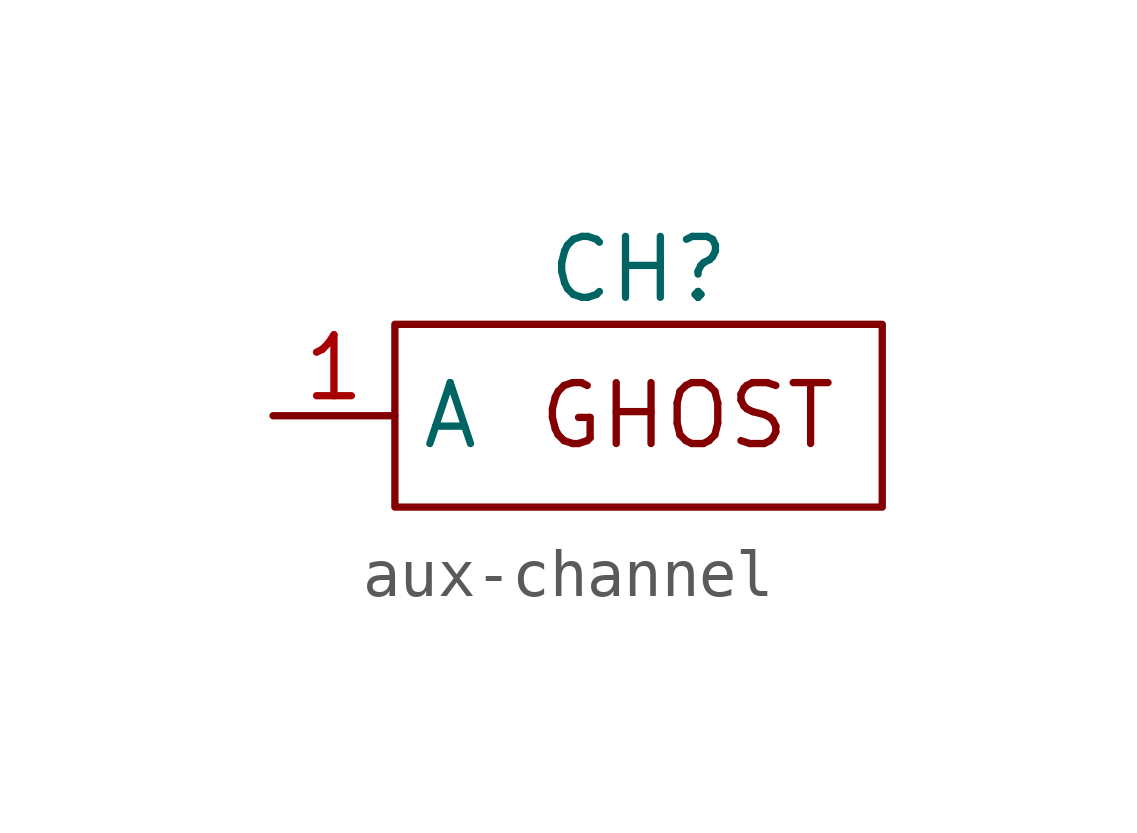
<source format=kicad_sym>
(kicad_symbol_lib
  (version 20241209)
  (generator "kicad_symbol_editor")
  (generator_version "9.0")
  (symbol "aux-channel"
    (property "Reference" "CH"
      (at 0 3.048 0)
      (do_not_autoplace)
      (effects (font (size 1.27 1.27))))
    (symbol "aux-channel_0_1"
      (rectangle (start -5.08 1.905) (end 5.08 -1.905) (stroke (width 0) (type default)) (fill (type none))))
    (symbol "aux-channel_1_1"
      (text "GHOST" (at 1.016 0 0) (effects (font (size 1.27 1.27))))
      (pin unspecified line (at -7.62 0 0) (length 2.54) (name "A" (effects (font (size 1.27 1.27)))) (number "1" (effects (font (size 1.27 1.27))))))))
</source>
